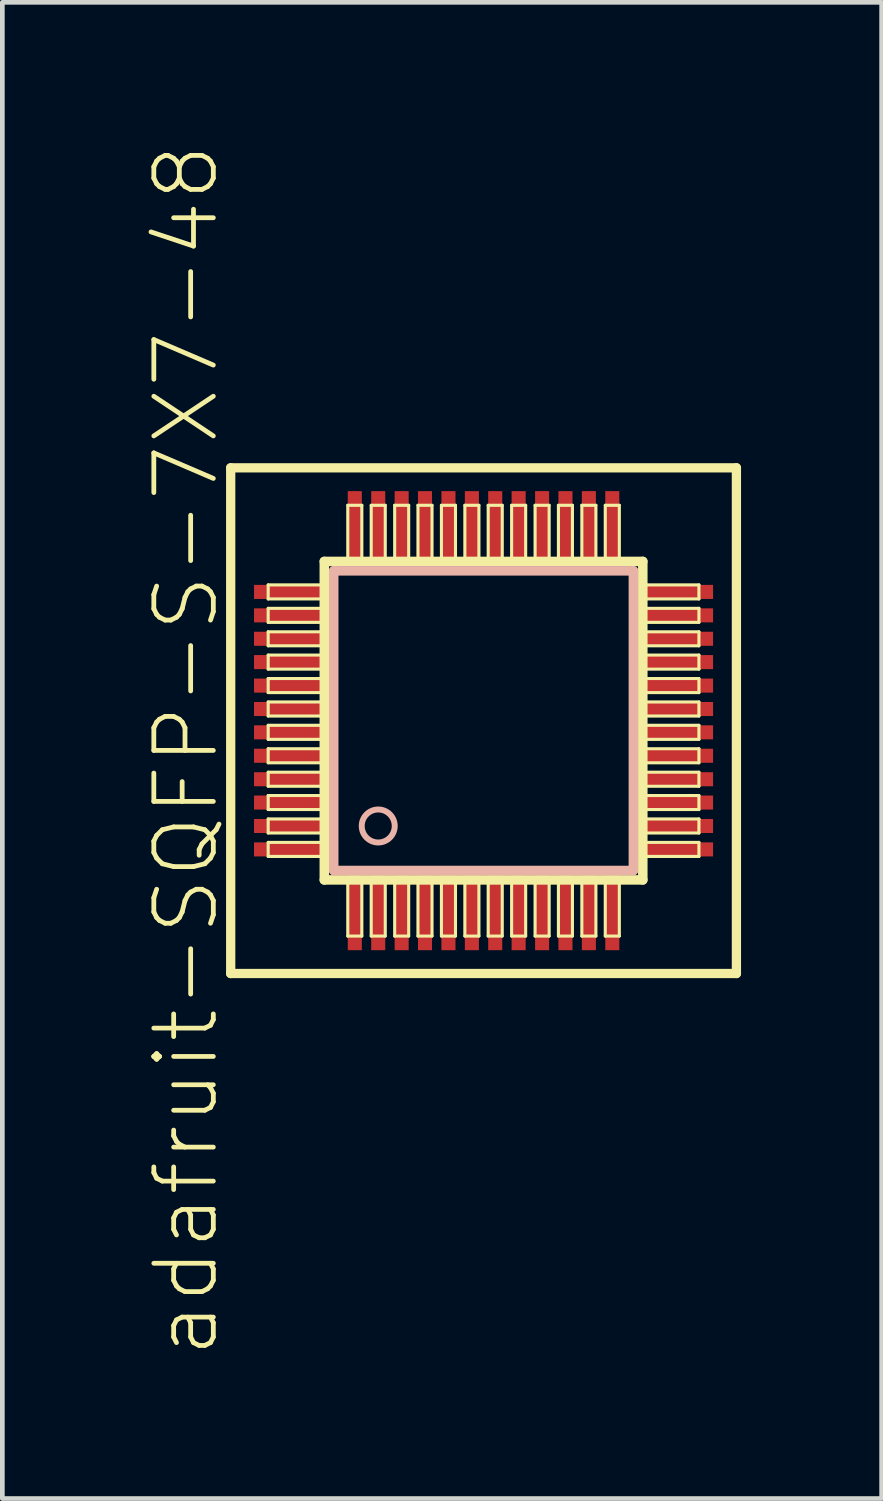
<source format=kicad_pcb>
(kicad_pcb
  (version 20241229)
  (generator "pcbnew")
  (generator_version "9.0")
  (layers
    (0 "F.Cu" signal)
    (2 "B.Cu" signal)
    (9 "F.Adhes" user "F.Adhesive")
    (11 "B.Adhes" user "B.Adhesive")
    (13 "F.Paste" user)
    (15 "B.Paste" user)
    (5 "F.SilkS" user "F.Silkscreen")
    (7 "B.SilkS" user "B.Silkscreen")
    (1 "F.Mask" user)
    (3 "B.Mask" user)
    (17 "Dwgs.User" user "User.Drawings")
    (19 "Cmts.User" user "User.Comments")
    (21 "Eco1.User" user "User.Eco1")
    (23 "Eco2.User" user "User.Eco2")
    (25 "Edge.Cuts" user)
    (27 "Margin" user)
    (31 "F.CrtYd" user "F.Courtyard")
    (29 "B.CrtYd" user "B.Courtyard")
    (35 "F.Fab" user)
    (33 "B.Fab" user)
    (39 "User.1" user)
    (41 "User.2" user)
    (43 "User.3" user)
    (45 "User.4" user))
  (footprint "adafruit-SQFP-S-7X7-48"
    (layer "F.Cu")
    (at 7.271 12.332)
    (property "Reference" "adafruit-SQFP-S-7X7-48" (at -6.35 0.635 90) (layer "F.SilkS") (effects (font (size 1.27 1.27) (thickness 0.102))))
    (attr smd)
    (fp_line (start -5.397 -5.397) (end 5.397 -5.397) (stroke (width 0.198) (type solid)) (layer "F.SilkS"))
    (fp_line (start -5.397 5.397) (end -5.397 -5.397) (stroke (width 0.198) (type solid)) (layer "F.SilkS"))
    (fp_line (start -4.597 -2.898) (end -3.449 -2.898) (stroke (width 0.066) (type solid)) (layer "F.SilkS"))
    (fp_line (start -4.597 -2.598) (end -4.597 -2.898) (stroke (width 0.066) (type solid)) (layer "F.SilkS"))
    (fp_line (start -4.597 -2.598) (end -3.449 -2.598) (stroke (width 0.066) (type solid)) (layer "F.SilkS"))
    (fp_line (start -4.597 -2.398) (end -3.449 -2.398) (stroke (width 0.066) (type solid)) (layer "F.SilkS"))
    (fp_line (start -4.597 -2.098) (end -4.597 -2.398) (stroke (width 0.066) (type solid)) (layer "F.SilkS"))
    (fp_line (start -4.597 -2.098) (end -3.449 -2.098) (stroke (width 0.066) (type solid)) (layer "F.SilkS"))
    (fp_line (start -4.597 -1.897) (end -3.449 -1.897) (stroke (width 0.066) (type solid)) (layer "F.SilkS"))
    (fp_line (start -4.597 -1.598) (end -4.597 -1.897) (stroke (width 0.066) (type solid)) (layer "F.SilkS"))
    (fp_line (start -4.597 -1.598) (end -3.449 -1.598) (stroke (width 0.066) (type solid)) (layer "F.SilkS"))
    (fp_line (start -4.597 -1.4) (end -3.449 -1.4) (stroke (width 0.066) (type solid)) (layer "F.SilkS"))
    (fp_line (start -4.597 -1.1) (end -4.597 -1.4) (stroke (width 0.066) (type solid)) (layer "F.SilkS"))
    (fp_line (start -4.597 -1.1) (end -3.449 -1.1) (stroke (width 0.066) (type solid)) (layer "F.SilkS"))
    (fp_line (start -4.597 -0.899) (end -3.449 -0.899) (stroke (width 0.066) (type solid)) (layer "F.SilkS"))
    (fp_line (start -4.597 -0.599) (end -4.597 -0.899) (stroke (width 0.066) (type solid)) (layer "F.SilkS"))
    (fp_line (start -4.597 -0.599) (end -3.449 -0.599) (stroke (width 0.066) (type solid)) (layer "F.SilkS"))
    (fp_line (start -4.597 -0.399) (end -3.449 -0.399) (stroke (width 0.066) (type solid)) (layer "F.SilkS"))
    (fp_line (start -4.597 -0.099) (end -4.597 -0.399) (stroke (width 0.066) (type solid)) (layer "F.SilkS"))
    (fp_line (start -4.597 -0.099) (end -3.449 -0.099) (stroke (width 0.066) (type solid)) (layer "F.SilkS"))
    (fp_line (start -4.597 0.099) (end -3.449 0.099) (stroke (width 0.066) (type solid)) (layer "F.SilkS"))
    (fp_line (start -4.597 0.399) (end -4.597 0.099) (stroke (width 0.066) (type solid)) (layer "F.SilkS"))
    (fp_line (start -4.597 0.399) (end -3.449 0.399) (stroke (width 0.066) (type solid)) (layer "F.SilkS"))
    (fp_line (start -4.597 0.599) (end -3.449 0.599) (stroke (width 0.066) (type solid)) (layer "F.SilkS"))
    (fp_line (start -4.597 0.899) (end -4.597 0.599) (stroke (width 0.066) (type solid)) (layer "F.SilkS"))
    (fp_line (start -4.597 0.899) (end -3.449 0.899) (stroke (width 0.066) (type solid)) (layer "F.SilkS"))
    (fp_line (start -4.597 1.1) (end -3.449 1.1) (stroke (width 0.066) (type solid)) (layer "F.SilkS"))
    (fp_line (start -4.597 1.4) (end -4.597 1.1) (stroke (width 0.066) (type solid)) (layer "F.SilkS"))
    (fp_line (start -4.597 1.4) (end -3.449 1.4) (stroke (width 0.066) (type solid)) (layer "F.SilkS"))
    (fp_line (start -4.597 1.598) (end -3.449 1.598) (stroke (width 0.066) (type solid)) (layer "F.SilkS"))
    (fp_line (start -4.597 1.897) (end -4.597 1.598) (stroke (width 0.066) (type solid)) (layer "F.SilkS"))
    (fp_line (start -4.597 1.897) (end -3.449 1.897) (stroke (width 0.066) (type solid)) (layer "F.SilkS"))
    (fp_line (start -4.597 2.098) (end -3.449 2.098) (stroke (width 0.066) (type solid)) (layer "F.SilkS"))
    (fp_line (start -4.597 2.398) (end -4.597 2.098) (stroke (width 0.066) (type solid)) (layer "F.SilkS"))
    (fp_line (start -4.597 2.398) (end -3.449 2.398) (stroke (width 0.066) (type solid)) (layer "F.SilkS"))
    (fp_line (start -4.597 2.598) (end -3.449 2.598) (stroke (width 0.066) (type solid)) (layer "F.SilkS"))
    (fp_line (start -4.597 2.898) (end -4.597 2.598) (stroke (width 0.066) (type solid)) (layer "F.SilkS"))
    (fp_line (start -4.597 2.898) (end -3.449 2.898) (stroke (width 0.066) (type solid)) (layer "F.SilkS"))
    (fp_line (start -3.449 -2.598) (end -3.449 -2.898) (stroke (width 0.066) (type solid)) (layer "F.SilkS"))
    (fp_line (start -3.449 -2.098) (end -3.449 -2.398) (stroke (width 0.066) (type solid)) (layer "F.SilkS"))
    (fp_line (start -3.449 -1.598) (end -3.449 -1.897) (stroke (width 0.066) (type solid)) (layer "F.SilkS"))
    (fp_line (start -3.449 -1.1) (end -3.449 -1.4) (stroke (width 0.066) (type solid)) (layer "F.SilkS"))
    (fp_line (start -3.449 -0.599) (end -3.449 -0.899) (stroke (width 0.066) (type solid)) (layer "F.SilkS"))
    (fp_line (start -3.449 -0.099) (end -3.449 -0.399) (stroke (width 0.066) (type solid)) (layer "F.SilkS"))
    (fp_line (start -3.449 0.399) (end -3.449 0.099) (stroke (width 0.066) (type solid)) (layer "F.SilkS"))
    (fp_line (start -3.449 0.899) (end -3.449 0.599) (stroke (width 0.066) (type solid)) (layer "F.SilkS"))
    (fp_line (start -3.449 1.4) (end -3.449 1.1) (stroke (width 0.066) (type solid)) (layer "F.SilkS"))
    (fp_line (start -3.449 1.897) (end -3.449 1.598) (stroke (width 0.066) (type solid)) (layer "F.SilkS"))
    (fp_line (start -3.449 2.398) (end -3.449 2.098) (stroke (width 0.066) (type solid)) (layer "F.SilkS"))
    (fp_line (start -3.449 2.898) (end -3.449 2.598) (stroke (width 0.066) (type solid)) (layer "F.SilkS"))
    (fp_line (start -3.399 -3.399) (end -3.399 3.399) (stroke (width 0.203) (type solid)) (layer "F.SilkS"))
    (fp_line (start -3.399 3.399) (end 3.399 3.399) (stroke (width 0.203) (type solid)) (layer "F.SilkS"))
    (fp_line (start -2.898 -4.597) (end -2.598 -4.597) (stroke (width 0.066) (type solid)) (layer "F.SilkS"))
    (fp_line (start -2.898 -3.449) (end -2.898 -4.597) (stroke (width 0.066) (type solid)) (layer "F.SilkS"))
    (fp_line (start -2.898 -3.449) (end -2.598 -3.449) (stroke (width 0.066) (type solid)) (layer "F.SilkS"))
    (fp_line (start -2.898 3.449) (end -2.598 3.449) (stroke (width 0.066) (type solid)) (layer "F.SilkS"))
    (fp_line (start -2.898 4.597) (end -2.898 3.449) (stroke (width 0.066) (type solid)) (layer "F.SilkS"))
    (fp_line (start -2.898 4.597) (end -2.598 4.597) (stroke (width 0.066) (type solid)) (layer "F.SilkS"))
    (fp_line (start -2.598 -3.449) (end -2.598 -4.597) (stroke (width 0.066) (type solid)) (layer "F.SilkS"))
    (fp_line (start -2.598 4.597) (end -2.598 3.449) (stroke (width 0.066) (type solid)) (layer "F.SilkS"))
    (fp_line (start -2.398 -4.597) (end -2.098 -4.597) (stroke (width 0.066) (type solid)) (layer "F.SilkS"))
    (fp_line (start -2.398 -3.449) (end -2.398 -4.597) (stroke (width 0.066) (type solid)) (layer "F.SilkS"))
    (fp_line (start -2.398 -3.449) (end -2.098 -3.449) (stroke (width 0.066) (type solid)) (layer "F.SilkS"))
    (fp_line (start -2.398 3.449) (end -2.098 3.449) (stroke (width 0.066) (type solid)) (layer "F.SilkS"))
    (fp_line (start -2.398 4.597) (end -2.398 3.449) (stroke (width 0.066) (type solid)) (layer "F.SilkS"))
    (fp_line (start -2.398 4.597) (end -2.098 4.597) (stroke (width 0.066) (type solid)) (layer "F.SilkS"))
    (fp_line (start -2.098 -3.449) (end -2.098 -4.597) (stroke (width 0.066) (type solid)) (layer "F.SilkS"))
    (fp_line (start -2.098 4.597) (end -2.098 3.449) (stroke (width 0.066) (type solid)) (layer "F.SilkS"))
    (fp_line (start -1.897 -4.597) (end -1.598 -4.597) (stroke (width 0.066) (type solid)) (layer "F.SilkS"))
    (fp_line (start -1.897 -3.449) (end -1.897 -4.597) (stroke (width 0.066) (type solid)) (layer "F.SilkS"))
    (fp_line (start -1.897 -3.449) (end -1.598 -3.449) (stroke (width 0.066) (type solid)) (layer "F.SilkS"))
    (fp_line (start -1.897 3.449) (end -1.598 3.449) (stroke (width 0.066) (type solid)) (layer "F.SilkS"))
    (fp_line (start -1.897 4.597) (end -1.897 3.449) (stroke (width 0.066) (type solid)) (layer "F.SilkS"))
    (fp_line (start -1.897 4.597) (end -1.598 4.597) (stroke (width 0.066) (type solid)) (layer "F.SilkS"))
    (fp_line (start -1.598 -3.449) (end -1.598 -4.597) (stroke (width 0.066) (type solid)) (layer "F.SilkS"))
    (fp_line (start -1.598 4.597) (end -1.598 3.449) (stroke (width 0.066) (type solid)) (layer "F.SilkS"))
    (fp_line (start -1.4 -4.597) (end -1.1 -4.597) (stroke (width 0.066) (type solid)) (layer "F.SilkS"))
    (fp_line (start -1.4 -3.449) (end -1.4 -4.597) (stroke (width 0.066) (type solid)) (layer "F.SilkS"))
    (fp_line (start -1.4 -3.449) (end -1.1 -3.449) (stroke (width 0.066) (type solid)) (layer "F.SilkS"))
    (fp_line (start -1.4 3.449) (end -1.1 3.449) (stroke (width 0.066) (type solid)) (layer "F.SilkS"))
    (fp_line (start -1.4 4.597) (end -1.4 3.449) (stroke (width 0.066) (type solid)) (layer "F.SilkS"))
    (fp_line (start -1.4 4.597) (end -1.1 4.597) (stroke (width 0.066) (type solid)) (layer "F.SilkS"))
    (fp_line (start -1.1 -3.449) (end -1.1 -4.597) (stroke (width 0.066) (type solid)) (layer "F.SilkS"))
    (fp_line (start -1.1 4.597) (end -1.1 3.449) (stroke (width 0.066) (type solid)) (layer "F.SilkS"))
    (fp_line (start -0.899 -4.597) (end -0.599 -4.597) (stroke (width 0.066) (type solid)) (layer "F.SilkS"))
    (fp_line (start -0.899 -3.449) (end -0.899 -4.597) (stroke (width 0.066) (type solid)) (layer "F.SilkS"))
    (fp_line (start -0.899 -3.449) (end -0.599 -3.449) (stroke (width 0.066) (type solid)) (layer "F.SilkS"))
    (fp_line (start -0.899 3.449) (end -0.599 3.449) (stroke (width 0.066) (type solid)) (layer "F.SilkS"))
    (fp_line (start -0.899 4.597) (end -0.899 3.449) (stroke (width 0.066) (type solid)) (layer "F.SilkS"))
    (fp_line (start -0.899 4.597) (end -0.599 4.597) (stroke (width 0.066) (type solid)) (layer "F.SilkS"))
    (fp_line (start -0.599 -3.449) (end -0.599 -4.597) (stroke (width 0.066) (type solid)) (layer "F.SilkS"))
    (fp_line (start -0.599 4.597) (end -0.599 3.449) (stroke (width 0.066) (type solid)) (layer "F.SilkS"))
    (fp_line (start -0.399 -4.597) (end -0.099 -4.597) (stroke (width 0.066) (type solid)) (layer "F.SilkS"))
    (fp_line (start -0.399 -3.449) (end -0.399 -4.597) (stroke (width 0.066) (type solid)) (layer "F.SilkS"))
    (fp_line (start -0.399 -3.449) (end -0.099 -3.449) (stroke (width 0.066) (type solid)) (layer "F.SilkS"))
    (fp_line (start -0.399 3.449) (end -0.099 3.449) (stroke (width 0.066) (type solid)) (layer "F.SilkS"))
    (fp_line (start -0.399 4.597) (end -0.399 3.449) (stroke (width 0.066) (type solid)) (layer "F.SilkS"))
    (fp_line (start -0.399 4.597) (end -0.099 4.597) (stroke (width 0.066) (type solid)) (layer "F.SilkS"))
    (fp_line (start -0.099 -3.449) (end -0.099 -4.597) (stroke (width 0.066) (type solid)) (layer "F.SilkS"))
    (fp_line (start -0.099 4.597) (end -0.099 3.449) (stroke (width 0.066) (type solid)) (layer "F.SilkS"))
    (fp_line (start 0.099 -4.597) (end 0.399 -4.597) (stroke (width 0.066) (type solid)) (layer "F.SilkS"))
    (fp_line (start 0.099 -3.449) (end 0.099 -4.597) (stroke (width 0.066) (type solid)) (layer "F.SilkS"))
    (fp_line (start 0.099 -3.449) (end 0.399 -3.449) (stroke (width 0.066) (type solid)) (layer "F.SilkS"))
    (fp_line (start 0.099 3.449) (end 0.399 3.449) (stroke (width 0.066) (type solid)) (layer "F.SilkS"))
    (fp_line (start 0.099 4.597) (end 0.099 3.449) (stroke (width 0.066) (type solid)) (layer "F.SilkS"))
    (fp_line (start 0.099 4.597) (end 0.399 4.597) (stroke (width 0.066) (type solid)) (layer "F.SilkS"))
    (fp_line (start 0.399 -3.449) (end 0.399 -4.597) (stroke (width 0.066) (type solid)) (layer "F.SilkS"))
    (fp_line (start 0.399 4.597) (end 0.399 3.449) (stroke (width 0.066) (type solid)) (layer "F.SilkS"))
    (fp_line (start 0.599 -4.597) (end 0.899 -4.597) (stroke (width 0.066) (type solid)) (layer "F.SilkS"))
    (fp_line (start 0.599 -3.449) (end 0.599 -4.597) (stroke (width 0.066) (type solid)) (layer "F.SilkS"))
    (fp_line (start 0.599 -3.449) (end 0.899 -3.449) (stroke (width 0.066) (type solid)) (layer "F.SilkS"))
    (fp_line (start 0.599 3.449) (end 0.899 3.449) (stroke (width 0.066) (type solid)) (layer "F.SilkS"))
    (fp_line (start 0.599 4.597) (end 0.599 3.449) (stroke (width 0.066) (type solid)) (layer "F.SilkS"))
    (fp_line (start 0.599 4.597) (end 0.899 4.597) (stroke (width 0.066) (type solid)) (layer "F.SilkS"))
    (fp_line (start 0.899 -3.449) (end 0.899 -4.597) (stroke (width 0.066) (type solid)) (layer "F.SilkS"))
    (fp_line (start 0.899 4.597) (end 0.899 3.449) (stroke (width 0.066) (type solid)) (layer "F.SilkS"))
    (fp_line (start 1.1 -4.597) (end 1.4 -4.597) (stroke (width 0.066) (type solid)) (layer "F.SilkS"))
    (fp_line (start 1.1 -3.449) (end 1.1 -4.597) (stroke (width 0.066) (type solid)) (layer "F.SilkS"))
    (fp_line (start 1.1 -3.449) (end 1.4 -3.449) (stroke (width 0.066) (type solid)) (layer "F.SilkS"))
    (fp_line (start 1.1 3.449) (end 1.4 3.449) (stroke (width 0.066) (type solid)) (layer "F.SilkS"))
    (fp_line (start 1.1 4.597) (end 1.1 3.449) (stroke (width 0.066) (type solid)) (layer "F.SilkS"))
    (fp_line (start 1.1 4.597) (end 1.4 4.597) (stroke (width 0.066) (type solid)) (layer "F.SilkS"))
    (fp_line (start 1.4 -3.449) (end 1.4 -4.597) (stroke (width 0.066) (type solid)) (layer "F.SilkS"))
    (fp_line (start 1.4 4.597) (end 1.4 3.449) (stroke (width 0.066) (type solid)) (layer "F.SilkS"))
    (fp_line (start 1.598 -4.597) (end 1.897 -4.597) (stroke (width 0.066) (type solid)) (layer "F.SilkS"))
    (fp_line (start 1.598 -3.449) (end 1.598 -4.597) (stroke (width 0.066) (type solid)) (layer "F.SilkS"))
    (fp_line (start 1.598 -3.449) (end 1.897 -3.449) (stroke (width 0.066) (type solid)) (layer "F.SilkS"))
    (fp_line (start 1.598 3.449) (end 1.897 3.449) (stroke (width 0.066) (type solid)) (layer "F.SilkS"))
    (fp_line (start 1.598 4.597) (end 1.598 3.449) (stroke (width 0.066) (type solid)) (layer "F.SilkS"))
    (fp_line (start 1.598 4.597) (end 1.897 4.597) (stroke (width 0.066) (type solid)) (layer "F.SilkS"))
    (fp_line (start 1.897 -3.449) (end 1.897 -4.597) (stroke (width 0.066) (type solid)) (layer "F.SilkS"))
    (fp_line (start 1.897 4.597) (end 1.897 3.449) (stroke (width 0.066) (type solid)) (layer "F.SilkS"))
    (fp_line (start 2.098 -4.597) (end 2.398 -4.597) (stroke (width 0.066) (type solid)) (layer "F.SilkS"))
    (fp_line (start 2.098 -3.449) (end 2.098 -4.597) (stroke (width 0.066) (type solid)) (layer "F.SilkS"))
    (fp_line (start 2.098 -3.449) (end 2.398 -3.449) (stroke (width 0.066) (type solid)) (layer "F.SilkS"))
    (fp_line (start 2.098 3.449) (end 2.398 3.449) (stroke (width 0.066) (type solid)) (layer "F.SilkS"))
    (fp_line (start 2.098 4.597) (end 2.098 3.449) (stroke (width 0.066) (type solid)) (layer "F.SilkS"))
    (fp_line (start 2.098 4.597) (end 2.398 4.597) (stroke (width 0.066) (type solid)) (layer "F.SilkS"))
    (fp_line (start 2.398 -3.449) (end 2.398 -4.597) (stroke (width 0.066) (type solid)) (layer "F.SilkS"))
    (fp_line (start 2.398 4.597) (end 2.398 3.449) (stroke (width 0.066) (type solid)) (layer "F.SilkS"))
    (fp_line (start 2.598 -4.597) (end 2.898 -4.597) (stroke (width 0.066) (type solid)) (layer "F.SilkS"))
    (fp_line (start 2.598 -3.449) (end 2.598 -4.597) (stroke (width 0.066) (type solid)) (layer "F.SilkS"))
    (fp_line (start 2.598 -3.449) (end 2.898 -3.449) (stroke (width 0.066) (type solid)) (layer "F.SilkS"))
    (fp_line (start 2.598 3.449) (end 2.898 3.449) (stroke (width 0.066) (type solid)) (layer "F.SilkS"))
    (fp_line (start 2.598 4.597) (end 2.598 3.449) (stroke (width 0.066) (type solid)) (layer "F.SilkS"))
    (fp_line (start 2.598 4.597) (end 2.898 4.597) (stroke (width 0.066) (type solid)) (layer "F.SilkS"))
    (fp_line (start 2.898 -3.449) (end 2.898 -4.597) (stroke (width 0.066) (type solid)) (layer "F.SilkS"))
    (fp_line (start 2.898 4.597) (end 2.898 3.449) (stroke (width 0.066) (type solid)) (layer "F.SilkS"))
    (fp_line (start 3.399 -3.399) (end -3.399 -3.399) (stroke (width 0.203) (type solid)) (layer "F.SilkS"))
    (fp_line (start 3.399 3.399) (end 3.399 -3.399) (stroke (width 0.203) (type solid)) (layer "F.SilkS"))
    (fp_line (start 3.449 -2.898) (end 4.597 -2.898) (stroke (width 0.066) (type solid)) (layer "F.SilkS"))
    (fp_line (start 3.449 -2.598) (end 3.449 -2.898) (stroke (width 0.066) (type solid)) (layer "F.SilkS"))
    (fp_line (start 3.449 -2.598) (end 4.597 -2.598) (stroke (width 0.066) (type solid)) (layer "F.SilkS"))
    (fp_line (start 3.449 -2.398) (end 4.597 -2.398) (stroke (width 0.066) (type solid)) (layer "F.SilkS"))
    (fp_line (start 3.449 -2.098) (end 3.449 -2.398) (stroke (width 0.066) (type solid)) (layer "F.SilkS"))
    (fp_line (start 3.449 -2.098) (end 4.597 -2.098) (stroke (width 0.066) (type solid)) (layer "F.SilkS"))
    (fp_line (start 3.449 -1.897) (end 4.597 -1.897) (stroke (width 0.066) (type solid)) (layer "F.SilkS"))
    (fp_line (start 3.449 -1.598) (end 3.449 -1.897) (stroke (width 0.066) (type solid)) (layer "F.SilkS"))
    (fp_line (start 3.449 -1.598) (end 4.597 -1.598) (stroke (width 0.066) (type solid)) (layer "F.SilkS"))
    (fp_line (start 3.449 -1.4) (end 4.597 -1.4) (stroke (width 0.066) (type solid)) (layer "F.SilkS"))
    (fp_line (start 3.449 -1.1) (end 3.449 -1.4) (stroke (width 0.066) (type solid)) (layer "F.SilkS"))
    (fp_line (start 3.449 -1.1) (end 4.597 -1.1) (stroke (width 0.066) (type solid)) (layer "F.SilkS"))
    (fp_line (start 3.449 -0.899) (end 4.597 -0.899) (stroke (width 0.066) (type solid)) (layer "F.SilkS"))
    (fp_line (start 3.449 -0.599) (end 3.449 -0.899) (stroke (width 0.066) (type solid)) (layer "F.SilkS"))
    (fp_line (start 3.449 -0.599) (end 4.597 -0.599) (stroke (width 0.066) (type solid)) (layer "F.SilkS"))
    (fp_line (start 3.449 -0.399) (end 4.597 -0.399) (stroke (width 0.066) (type solid)) (layer "F.SilkS"))
    (fp_line (start 3.449 -0.099) (end 3.449 -0.399) (stroke (width 0.066) (type solid)) (layer "F.SilkS"))
    (fp_line (start 3.449 -0.099) (end 4.597 -0.099) (stroke (width 0.066) (type solid)) (layer "F.SilkS"))
    (fp_line (start 3.449 0.099) (end 4.597 0.099) (stroke (width 0.066) (type solid)) (layer "F.SilkS"))
    (fp_line (start 3.449 0.399) (end 3.449 0.099) (stroke (width 0.066) (type solid)) (layer "F.SilkS"))
    (fp_line (start 3.449 0.399) (end 4.597 0.399) (stroke (width 0.066) (type solid)) (layer "F.SilkS"))
    (fp_line (start 3.449 0.599) (end 4.597 0.599) (stroke (width 0.066) (type solid)) (layer "F.SilkS"))
    (fp_line (start 3.449 0.899) (end 3.449 0.599) (stroke (width 0.066) (type solid)) (layer "F.SilkS"))
    (fp_line (start 3.449 0.899) (end 4.597 0.899) (stroke (width 0.066) (type solid)) (layer "F.SilkS"))
    (fp_line (start 3.449 1.1) (end 4.597 1.1) (stroke (width 0.066) (type solid)) (layer "F.SilkS"))
    (fp_line (start 3.449 1.4) (end 3.449 1.1) (stroke (width 0.066) (type solid)) (layer "F.SilkS"))
    (fp_line (start 3.449 1.4) (end 4.597 1.4) (stroke (width 0.066) (type solid)) (layer "F.SilkS"))
    (fp_line (start 3.449 1.598) (end 4.597 1.598) (stroke (width 0.066) (type solid)) (layer "F.SilkS"))
    (fp_line (start 3.449 1.897) (end 3.449 1.598) (stroke (width 0.066) (type solid)) (layer "F.SilkS"))
    (fp_line (start 3.449 1.897) (end 4.597 1.897) (stroke (width 0.066) (type solid)) (layer "F.SilkS"))
    (fp_line (start 3.449 2.098) (end 4.597 2.098) (stroke (width 0.066) (type solid)) (layer "F.SilkS"))
    (fp_line (start 3.449 2.398) (end 3.449 2.098) (stroke (width 0.066) (type solid)) (layer "F.SilkS"))
    (fp_line (start 3.449 2.398) (end 4.597 2.398) (stroke (width 0.066) (type solid)) (layer "F.SilkS"))
    (fp_line (start 3.449 2.598) (end 4.597 2.598) (stroke (width 0.066) (type solid)) (layer "F.SilkS"))
    (fp_line (start 3.449 2.898) (end 3.449 2.598) (stroke (width 0.066) (type solid)) (layer "F.SilkS"))
    (fp_line (start 3.449 2.898) (end 4.597 2.898) (stroke (width 0.066) (type solid)) (layer "F.SilkS"))
    (fp_line (start 4.597 -2.598) (end 4.597 -2.898) (stroke (width 0.066) (type solid)) (layer "F.SilkS"))
    (fp_line (start 4.597 -2.098) (end 4.597 -2.398) (stroke (width 0.066) (type solid)) (layer "F.SilkS"))
    (fp_line (start 4.597 -1.598) (end 4.597 -1.897) (stroke (width 0.066) (type solid)) (layer "F.SilkS"))
    (fp_line (start 4.597 -1.1) (end 4.597 -1.4) (stroke (width 0.066) (type solid)) (layer "F.SilkS"))
    (fp_line (start 4.597 -0.599) (end 4.597 -0.899) (stroke (width 0.066) (type solid)) (layer "F.SilkS"))
    (fp_line (start 4.597 -0.099) (end 4.597 -0.399) (stroke (width 0.066) (type solid)) (layer "F.SilkS"))
    (fp_line (start 4.597 0.399) (end 4.597 0.099) (stroke (width 0.066) (type solid)) (layer "F.SilkS"))
    (fp_line (start 4.597 0.899) (end 4.597 0.599) (stroke (width 0.066) (type solid)) (layer "F.SilkS"))
    (fp_line (start 4.597 1.4) (end 4.597 1.1) (stroke (width 0.066) (type solid)) (layer "F.SilkS"))
    (fp_line (start 4.597 1.897) (end 4.597 1.598) (stroke (width 0.066) (type solid)) (layer "F.SilkS"))
    (fp_line (start 4.597 2.398) (end 4.597 2.098) (stroke (width 0.066) (type solid)) (layer "F.SilkS"))
    (fp_line (start 4.597 2.898) (end 4.597 2.598) (stroke (width 0.066) (type solid)) (layer "F.SilkS"))
    (fp_line (start 5.397 -5.397) (end 5.397 5.397) (stroke (width 0.198) (type solid)) (layer "F.SilkS"))
    (fp_line (start 5.397 5.397) (end -5.397 5.397) (stroke (width 0.198) (type solid)) (layer "F.SilkS"))
    (fp_line (start -3.198 -3.198) (end 3.198 -3.198) (stroke (width 0.203) (type solid)) (layer "B.SilkS"))
    (fp_line (start -3.198 3.198) (end -3.198 -3.198) (stroke (width 0.203) (type solid)) (layer "B.SilkS"))
    (fp_line (start 3.198 -3.198) (end 3.198 3.198) (stroke (width 0.203) (type solid)) (layer "B.SilkS"))
    (fp_line (start 3.198 3.198) (end -3.198 3.198) (stroke (width 0.203) (type solid)) (layer "B.SilkS"))
    (fp_circle (center -2.248 2.248) (end -2.497 2.497) (stroke (width 0.127) (type solid)) (fill no) (layer "B.SilkS"))
    (pad "1" smd rect (at -2.748 4.1) (size 0.3 1.598) (layers "F.Cu" "F.Mask" "F.Paste"))
    (pad "2" smd rect (at -2.248 4.1) (size 0.3 1.598) (layers "F.Cu" "F.Mask" "F.Paste"))
    (pad "3" smd rect (at -1.748 4.1) (size 0.3 1.598) (layers "F.Cu" "F.Mask" "F.Paste"))
    (pad "4" smd rect (at -1.25 4.1) (size 0.3 1.598) (layers "F.Cu" "F.Mask" "F.Paste"))
    (pad "5" smd rect (at -0.749 4.1) (size 0.3 1.598) (layers "F.Cu" "F.Mask" "F.Paste"))
    (pad "6" smd rect (at -0.249 4.1) (size 0.3 1.598) (layers "F.Cu" "F.Mask" "F.Paste"))
    (pad "7" smd rect (at 0.249 4.1) (size 0.3 1.598) (layers "F.Cu" "F.Mask" "F.Paste"))
    (pad "8" smd rect (at 0.749 4.1) (size 0.3 1.598) (layers "F.Cu" "F.Mask" "F.Paste"))
    (pad "9" smd rect (at 1.25 4.1) (size 0.3 1.598) (layers "F.Cu" "F.Mask" "F.Paste"))
    (pad "10" smd rect (at 1.748 4.1) (size 0.3 1.598) (layers "F.Cu" "F.Mask" "F.Paste"))
    (pad "11" smd rect (at 2.248 4.1) (size 0.3 1.598) (layers "F.Cu" "F.Mask" "F.Paste"))
    (pad "12" smd rect (at 2.748 4.1) (size 0.3 1.598) (layers "F.Cu" "F.Mask" "F.Paste"))
    (pad "13" smd rect (at 4.1 2.748) (size 1.598 0.3) (layers "F.Cu" "F.Mask" "F.Paste"))
    (pad "14" smd rect (at 4.1 2.248) (size 1.598 0.3) (layers "F.Cu" "F.Mask" "F.Paste"))
    (pad "15" smd rect (at 4.1 1.748) (size 1.598 0.3) (layers "F.Cu" "F.Mask" "F.Paste"))
    (pad "16" smd rect (at 4.1 1.25) (size 1.598 0.3) (layers "F.Cu" "F.Mask" "F.Paste"))
    (pad "17" smd rect (at 4.1 0.749) (size 1.598 0.3) (layers "F.Cu" "F.Mask" "F.Paste"))
    (pad "18" smd rect (at 4.1 0.249) (size 1.598 0.3) (layers "F.Cu" "F.Mask" "F.Paste"))
    (pad "19" smd rect (at 4.1 -0.249) (size 1.598 0.3) (layers "F.Cu" "F.Mask" "F.Paste"))
    (pad "20" smd rect (at 4.1 -0.749) (size 1.598 0.3) (layers "F.Cu" "F.Mask" "F.Paste"))
    (pad "21" smd rect (at 4.1 -1.25) (size 1.598 0.3) (layers "F.Cu" "F.Mask" "F.Paste"))
    (pad "22" smd rect (at 4.1 -1.748) (size 1.598 0.3) (layers "F.Cu" "F.Mask" "F.Paste"))
    (pad "23" smd rect (at 4.1 -2.248) (size 1.598 0.3) (layers "F.Cu" "F.Mask" "F.Paste"))
    (pad "24" smd rect (at 4.1 -2.748) (size 1.598 0.3) (layers "F.Cu" "F.Mask" "F.Paste"))
    (pad "25" smd rect (at 2.748 -4.1) (size 0.3 1.598) (layers "F.Cu" "F.Mask" "F.Paste"))
    (pad "26" smd rect (at 2.248 -4.1) (size 0.3 1.598) (layers "F.Cu" "F.Mask" "F.Paste"))
    (pad "27" smd rect (at 1.748 -4.1) (size 0.3 1.598) (layers "F.Cu" "F.Mask" "F.Paste"))
    (pad "28" smd rect (at 1.25 -4.1) (size 0.3 1.598) (layers "F.Cu" "F.Mask" "F.Paste"))
    (pad "29" smd rect (at 0.749 -4.1) (size 0.3 1.598) (layers "F.Cu" "F.Mask" "F.Paste"))
    (pad "30" smd rect (at 0.249 -4.1) (size 0.3 1.598) (layers "F.Cu" "F.Mask" "F.Paste"))
    (pad "31" smd rect (at -0.249 -4.1) (size 0.3 1.598) (layers "F.Cu" "F.Mask" "F.Paste"))
    (pad "32" smd rect (at -0.749 -4.1) (size 0.3 1.598) (layers "F.Cu" "F.Mask" "F.Paste"))
    (pad "33" smd rect (at -1.25 -4.1) (size 0.3 1.598) (layers "F.Cu" "F.Mask" "F.Paste"))
    (pad "34" smd rect (at -1.748 -4.1) (size 0.3 1.598) (layers "F.Cu" "F.Mask" "F.Paste"))
    (pad "35" smd rect (at -2.248 -4.1) (size 0.3 1.598) (layers "F.Cu" "F.Mask" "F.Paste"))
    (pad "36" smd rect (at -2.748 -4.1) (size 0.3 1.598) (layers "F.Cu" "F.Mask" "F.Paste"))
    (pad "37" smd rect (at -4.1 -2.748) (size 1.598 0.3) (layers "F.Cu" "F.Mask" "F.Paste"))
    (pad "38" smd rect (at -4.1 -2.248) (size 1.598 0.3) (layers "F.Cu" "F.Mask" "F.Paste"))
    (pad "39" smd rect (at -4.1 -1.748) (size 1.598 0.3) (layers "F.Cu" "F.Mask" "F.Paste"))
    (pad "40" smd rect (at -4.1 -1.25) (size 1.598 0.3) (layers "F.Cu" "F.Mask" "F.Paste"))
    (pad "41" smd rect (at -4.1 -0.749) (size 1.598 0.3) (layers "F.Cu" "F.Mask" "F.Paste"))
    (pad "42" smd rect (at -4.1 -0.249) (size 1.598 0.3) (layers "F.Cu" "F.Mask" "F.Paste"))
    (pad "43" smd rect (at -4.1 0.249) (size 1.598 0.3) (layers "F.Cu" "F.Mask" "F.Paste"))
    (pad "44" smd rect (at -4.1 0.749) (size 1.598 0.3) (layers "F.Cu" "F.Mask" "F.Paste"))
    (pad "45" smd rect (at -4.1 1.25) (size 1.598 0.3) (layers "F.Cu" "F.Mask" "F.Paste"))
    (pad "46" smd rect (at -4.1 1.748) (size 1.598 0.3) (layers "F.Cu" "F.Mask" "F.Paste"))
    (pad "47" smd rect (at -4.1 2.248) (size 1.598 0.3) (layers "F.Cu" "F.Mask" "F.Paste"))
    (pad "48" smd rect (at -4.1 2.748) (size 1.598 0.3) (layers "F.Cu" "F.Mask" "F.Paste")))
  (gr_rect
    (start -3 -3)
    (end 15.768 28.935)
    (stroke (width 0.1) (type default))
    (fill no)
    (layer "Edge.Cuts")))
</source>
